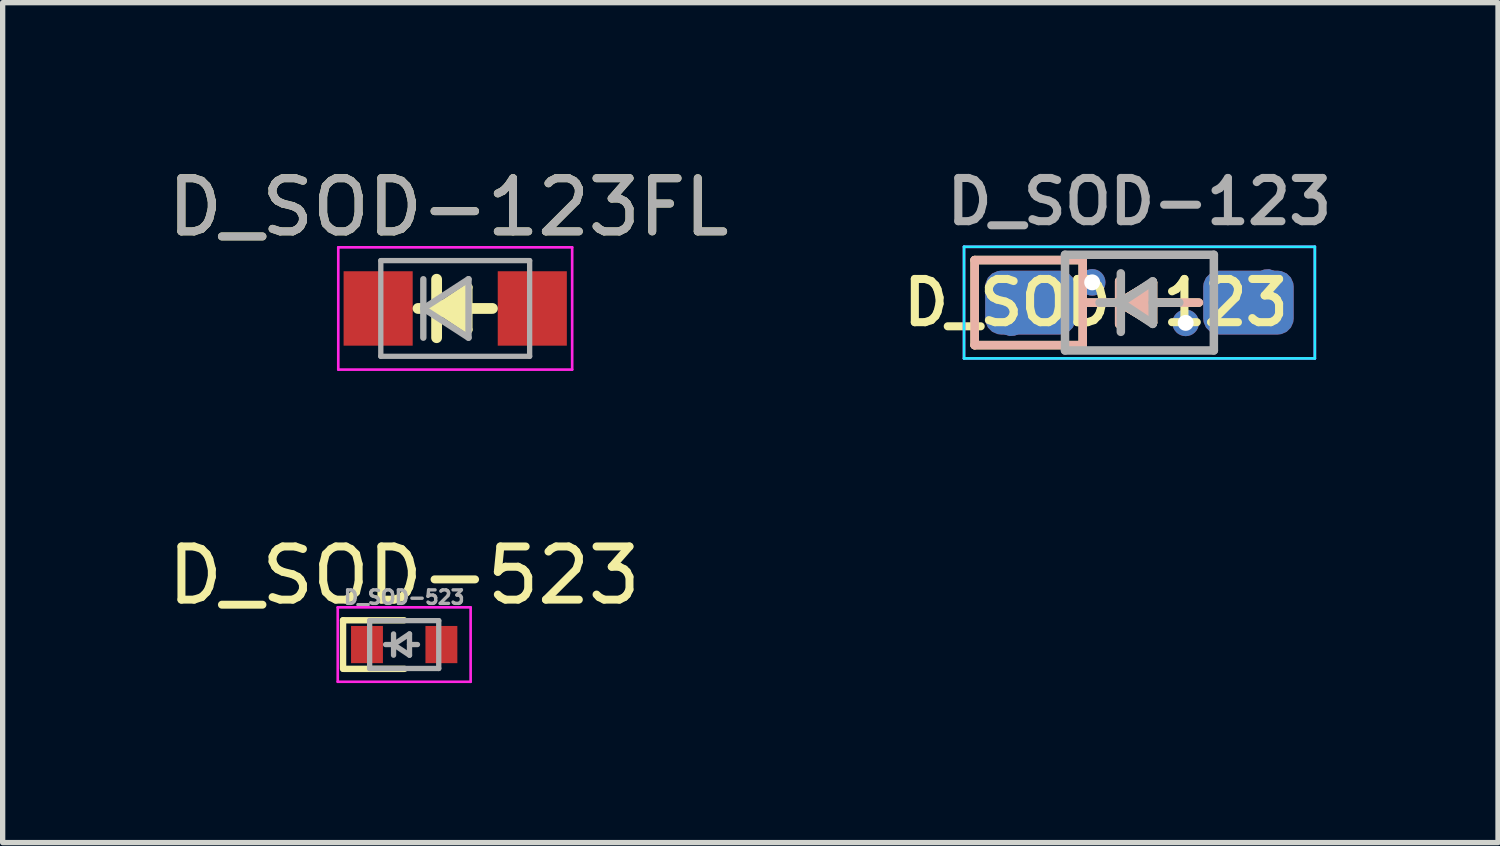
<source format=kicad_pcb>
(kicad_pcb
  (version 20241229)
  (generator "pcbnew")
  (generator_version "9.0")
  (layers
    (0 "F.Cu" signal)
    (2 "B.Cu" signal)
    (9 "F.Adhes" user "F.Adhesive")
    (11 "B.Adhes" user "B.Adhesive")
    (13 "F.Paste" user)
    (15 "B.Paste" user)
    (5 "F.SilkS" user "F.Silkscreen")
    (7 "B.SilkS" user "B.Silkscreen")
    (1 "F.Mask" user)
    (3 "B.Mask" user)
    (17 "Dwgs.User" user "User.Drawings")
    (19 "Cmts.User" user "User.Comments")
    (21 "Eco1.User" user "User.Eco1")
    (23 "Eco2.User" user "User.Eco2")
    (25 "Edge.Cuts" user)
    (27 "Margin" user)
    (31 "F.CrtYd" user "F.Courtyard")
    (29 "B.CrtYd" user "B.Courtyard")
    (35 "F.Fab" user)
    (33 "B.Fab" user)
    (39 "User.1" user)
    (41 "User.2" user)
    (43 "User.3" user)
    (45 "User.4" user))
  (footprint "D_SOD-523"
    (layer "F.Cu")
    (at 4.554 9.076)
    (property "Reference" "D_SOD-523" (at 0 -1.3 0) (layer "F.SilkS") (effects (font (size 1 1) (thickness 0.15))))
    (attr smd)
    (fp_line (start -1.15 -0.457) (end -1.15 0.457) (stroke (width 0.12) (type solid)) (layer "F.SilkS"))
    (fp_line (start 0 -0.457) (end -1.15 -0.457) (stroke (width 0.12) (type solid)) (layer "F.SilkS"))
    (fp_line (start 0.007 0.457) (end -1.143 0.457) (stroke (width 0.12) (type solid)) (layer "F.SilkS"))
    (fp_line (start -1.25 -0.7) (end 1.25 -0.7) (stroke (width 0.05) (type solid)) (layer "F.CrtYd"))
    (fp_line (start -1.25 0.7) (end -1.25 -0.7) (stroke (width 0.05) (type solid)) (layer "F.CrtYd"))
    (fp_line (start 1.25 -0.7) (end 1.25 0.7) (stroke (width 0.05) (type solid)) (layer "F.CrtYd"))
    (fp_line (start 1.25 0.7) (end -1.25 0.7) (stroke (width 0.05) (type solid)) (layer "F.CrtYd"))
    (fp_line (start -0.65 -0.45) (end 0.65 -0.45) (stroke (width 0.1) (type solid)) (layer "F.Fab"))
    (fp_line (start -0.65 0.45) (end -0.65 -0.45) (stroke (width 0.1) (type solid)) (layer "F.Fab"))
    (fp_line (start -0.2 0) (end -0.35 0) (stroke (width 0.1) (type solid)) (layer "F.Fab"))
    (fp_line (start -0.2 0) (end 0.1 0.2) (stroke (width 0.1) (type solid)) (layer "F.Fab"))
    (fp_line (start -0.2 0.2) (end -0.2 -0.2) (stroke (width 0.1) (type solid)) (layer "F.Fab"))
    (fp_line (start 0.1 -0.2) (end -0.2 0) (stroke (width 0.1) (type solid)) (layer "F.Fab"))
    (fp_line (start 0.1 0) (end 0.25 0) (stroke (width 0.1) (type solid)) (layer "F.Fab"))
    (fp_line (start 0.1 0.2) (end 0.1 -0.2) (stroke (width 0.1) (type solid)) (layer "F.Fab"))
    (fp_line (start 0.65 -0.45) (end 0.65 0.45) (stroke (width 0.1) (type solid)) (layer "F.Fab"))
    (fp_line (start 0.65 0.45) (end -0.65 0.45) (stroke (width 0.1) (type solid)) (layer "F.Fab"))
    (fp_text user "${REFERENCE}" (at 0 -0.889 0) (layer "F.Fab") (effects (font (size 0.254 0.254) (thickness 0.064))))
    (pad "+" smd rect (at 0.7 0) (size 0.6 0.7) (layers "F.Cu" "F.Mask" "F.Paste"))
    (pad "-" smd rect (at -0.7 0) (size 0.6 0.7) (layers "F.Cu" "F.Mask" "F.Paste")))
  (footprint "D_SOD-123FL"
    (layer "F.Cu")
    (at 5.514 2.753)
    (property "Reference" "D_SOD-123FL" (at -0.127 -1.905 180) (layer "F.SilkS") (effects (font (size 1 1) (thickness 0.15))))
    (attr smd)
    (fp_line (start -0.7 0) (end -0.35 0) (stroke (width 0.203) (type solid)) (layer "F.SilkS"))
    (fp_line (start -0.35 0) (end -0.35 -0.55) (stroke (width 0.203) (type solid)) (layer "F.SilkS"))
    (fp_line (start -0.35 0) (end -0.35 0.55) (stroke (width 0.203) (type solid)) (layer "F.SilkS"))
    (fp_line (start -0.35 0) (end 0.25 -0.4) (stroke (width 0.152) (type solid)) (layer "F.SilkS"))
    (fp_line (start -0.15 0) (end 0.7 0) (stroke (width 0.203) (type solid)) (layer "F.SilkS"))
    (fp_line (start -0.05 0.1) (end -0.05 -0.1) (stroke (width 0.254) (type solid)) (layer "F.SilkS"))
    (fp_line (start 0.15 0.25) (end 0.15 -0.25) (stroke (width 0.254) (type solid)) (layer "F.SilkS"))
    (fp_line (start 0.25 -0.4) (end 0.25 0.4) (stroke (width 0.152) (type solid)) (layer "F.SilkS"))
    (fp_line (start 0.25 0.4) (end -0.35 0) (stroke (width 0.152) (type solid)) (layer "F.SilkS"))
    (fp_line (start -2.2 -1.15) (end -2.2 1.15) (stroke (width 0.05) (type solid)) (layer "F.CrtYd"))
    (fp_line (start -2.2 -1.15) (end 2.2 -1.15) (stroke (width 0.05) (type solid)) (layer "F.CrtYd"))
    (fp_line (start 2.2 -1.15) (end 2.2 1.15) (stroke (width 0.05) (type solid)) (layer "F.CrtYd"))
    (fp_line (start 2.2 1.15) (end -2.2 1.15) (stroke (width 0.05) (type solid)) (layer "F.CrtYd"))
    (fp_line (start -1.4 -0.9) (end 1.4 -0.9) (stroke (width 0.1) (type solid)) (layer "F.Fab"))
    (fp_line (start -1.4 0.9) (end -1.4 -0.9) (stroke (width 0.1) (type solid)) (layer "F.Fab"))
    (fp_line (start -0.6 -0.55) (end -0.6 0.55) (stroke (width 0.12) (type solid)) (layer "F.Fab"))
    (fp_line (start -0.6 0) (end 0.25 0.55) (stroke (width 0.12) (type solid)) (layer "F.Fab"))
    (fp_line (start 0.25 -0.55) (end -0.6 0) (stroke (width 0.12) (type solid)) (layer "F.Fab"))
    (fp_line (start 0.25 0.55) (end 0.25 -0.55) (stroke (width 0.12) (type solid)) (layer "F.Fab"))
    (fp_line (start 1.4 -0.9) (end 1.4 0.9) (stroke (width 0.1) (type solid)) (layer "F.Fab"))
    (fp_line (start 1.4 0.9) (end -1.4 0.9) (stroke (width 0.1) (type solid)) (layer "F.Fab"))
    (fp_text user "${REFERENCE}" (at -0.127 -1.905 180) (layer "F.Fab") (effects (font (size 1 1) (thickness 0.15))))
    (pad "1" smd rect (at -1.45 0) (size 1.3 1.4) (layers "F.Cu" "F.Mask" "F.Paste"))
    (pad "2" smd rect (at 1.45 0) (size 1.3 1.4) (layers "F.Cu" "F.Mask" "F.Paste")))
  (footprint "D_SOD-123"
    (layer "F.Cu")
    (at 18.386 2.643)
    (property "Reference" "D_SOD-123" (at 2.882 0 0) (layer "F.SilkS") (effects (font (size 0.813 0.813) (thickness 0.152)) (justify right)))
    (attr smd)
    (fp_line (start -3.1 -0.8) (end -1.067 -0.8) (stroke (width 0.16) (type solid)) (layer "F.SilkS"))
    (fp_line (start -3.1 0.8) (end -3.1 -0.8) (stroke (width 0.16) (type solid)) (layer "F.SilkS"))
    (fp_line (start -1.067 -0.8) (end -1.067 0.8) (stroke (width 0.16) (type solid)) (layer "F.SilkS"))
    (fp_line (start -1.067 0.8) (end -3.1 0.8) (stroke (width 0.16) (type solid)) (layer "F.SilkS"))
    (fp_line (start -1.041 0) (end -0.381 0) (stroke (width 0.16) (type solid)) (layer "F.SilkS"))
    (fp_line (start -0.381 -0.406) (end -0.381 0.406) (stroke (width 0.16) (type solid)) (layer "F.SilkS"))
    (fp_line (start -0.381 0) (end 0.254 -0.381) (stroke (width 0.16) (type solid)) (layer "F.SilkS"))
    (fp_line (start 0.254 -0.381) (end 0.254 0.381) (stroke (width 0.16) (type solid)) (layer "F.SilkS"))
    (fp_line (start 0.254 0) (end 1.118 0) (stroke (width 0.16) (type solid)) (layer "F.SilkS"))
    (fp_line (start 0.254 0.381) (end -0.381 0) (stroke (width 0.16) (type solid)) (layer "F.SilkS"))
    (fp_poly (pts (xy 0.254 0.381) (xy -0.381 0) (xy 0.254 -0.381)) (stroke (width 0.16) (type solid)) (fill yes) (layer "F.SilkS"))
    (fp_line (start -3.1 -0.8) (end -3.1 0.8) (stroke (width 0.16) (type solid)) (layer "B.SilkS"))
    (fp_line (start -3.1 0.8) (end -1.067 0.8) (stroke (width 0.16) (type solid)) (layer "B.SilkS"))
    (fp_line (start -1.067 -0.8) (end -3.1 -0.8) (stroke (width 0.16) (type solid)) (layer "B.SilkS"))
    (fp_line (start -1.067 0.8) (end -1.067 -0.8) (stroke (width 0.16) (type solid)) (layer "B.SilkS"))
    (fp_line (start -1.041 0) (end -0.381 0) (stroke (width 0.16) (type solid)) (layer "B.SilkS"))
    (fp_line (start -0.381 0) (end 0.254 0.381) (stroke (width 0.16) (type solid)) (layer "B.SilkS"))
    (fp_line (start -0.381 0.406) (end -0.381 -0.406) (stroke (width 0.16) (type solid)) (layer "B.SilkS"))
    (fp_line (start 0.254 -0.381) (end -0.381 0) (stroke (width 0.16) (type solid)) (layer "B.SilkS"))
    (fp_line (start 0.254 0) (end 1.118 0) (stroke (width 0.16) (type solid)) (layer "B.SilkS"))
    (fp_line (start 0.254 0.381) (end 0.254 -0.381) (stroke (width 0.16) (type solid)) (layer "B.SilkS"))
    (fp_poly (pts (xy 0.254 -0.381) (xy -0.381 0) (xy 0.254 0.381)) (stroke (width 0.16) (type solid)) (fill yes) (layer "B.SilkS"))
    (fp_line (start -3.3 -1.05) (end -3.3 1.05) (stroke (width 0.05) (type solid)) (layer "B.CrtYd"))
    (fp_line (start -3.3 -1.05) (end 3.3 -1.05) (stroke (width 0.05) (type solid)) (layer "B.CrtYd"))
    (fp_line (start 3.3 -1.05) (end 3.3 1.05) (stroke (width 0.05) (type solid)) (layer "B.CrtYd"))
    (fp_line (start 3.3 1.05) (end -3.3 1.05) (stroke (width 0.05) (type solid)) (layer "B.CrtYd"))
    (fp_line (start -3.3 -1.05) (end -3.3 1.05) (stroke (width 0.05) (type solid)) (layer "F.CrtYd"))
    (fp_line (start -3.3 -1.05) (end 3.3 -1.05) (stroke (width 0.05) (type solid)) (layer "F.CrtYd"))
    (fp_line (start 3.3 -1.05) (end 3.3 1.05) (stroke (width 0.05) (type solid)) (layer "F.CrtYd"))
    (fp_line (start 3.3 1.05) (end -3.3 1.05) (stroke (width 0.05) (type solid)) (layer "F.CrtYd"))
    (fp_line (start -1.4 -0.9) (end 1.4 -0.9) (stroke (width 0.16) (type solid)) (layer "F.Fab"))
    (fp_line (start -1.4 0.9) (end -1.4 -0.9) (stroke (width 0.16) (type solid)) (layer "F.Fab"))
    (fp_line (start -0.75 0) (end -0.35 0) (stroke (width 0.16) (type solid)) (layer "F.Fab"))
    (fp_line (start -0.35 0) (end -0.35 -0.55) (stroke (width 0.16) (type solid)) (layer "F.Fab"))
    (fp_line (start -0.35 0) (end -0.35 0.55) (stroke (width 0.16) (type solid)) (layer "F.Fab"))
    (fp_line (start -0.35 0) (end 0.25 -0.4) (stroke (width 0.16) (type solid)) (layer "F.Fab"))
    (fp_line (start 0.25 -0.4) (end 0.25 0.4) (stroke (width 0.16) (type solid)) (layer "F.Fab"))
    (fp_line (start 0.25 0) (end 0.75 0) (stroke (width 0.16) (type solid)) (layer "F.Fab"))
    (fp_line (start 0.25 0.4) (end -0.35 0) (stroke (width 0.16) (type solid)) (layer "F.Fab"))
    (fp_line (start 1.4 -0.9) (end 1.4 0.9) (stroke (width 0.16) (type solid)) (layer "F.Fab"))
    (fp_line (start 1.4 0.9) (end -1.4 0.9) (stroke (width 0.16) (type solid)) (layer "F.Fab"))
    (fp_text user "${REFERENCE}" (at 0 -1.9 0) (layer "F.Fab") (effects (font (size 0.813 0.813) (thickness 0.152))))
    (pad "1" smd roundrect (at -2.051 0 180) (size 1.701 1.2) (layers "F.Cu" "F.Mask" "F.Paste") (roundrect_rratio 0.25))
    (pad "1" smd roundrect (at -2.051 0 180) (size 1.701 1.2) (layers "B.Cu" "B.Mask" "B.Paste") (roundrect_rratio 0.25))
    (pad "1" smd custom (at -1.651 0 180) (size 0.01 0.01) (layers "F.Cu") (options (anchor circle)) (primitives (gr_line (start 0.762 -0.381) (end 0 0) (width 0.5))))
    (pad "1" smd custom (at -1.651 0 180) (size 0.01 0.01) (layers "B.Cu") (options (anchor circle)) (primitives (gr_line (start 0.762 -0.381) (end 0 0) (width 0.5))))
    (pad "1" thru_hole circle (at -0.889 -0.381 180) (size 0.5 0.5) (drill 0.3) (layers "*.Cu"))
    (pad "2" thru_hole circle (at 0.87 0.381 180) (size 0.5 0.5) (drill 0.3) (layers "*.Cu"))
    (pad "2" smd custom (at 1.651 0 180) (size 0.01 0.01) (layers "F.Cu") (options (anchor circle)) (primitives (gr_line (start -0.761 0.381) (end 0.001 0) (width 0.5))))
    (pad "2" smd custom (at 1.651 0 180) (size 0.01 0.01) (layers "B.Cu") (options (anchor circle)) (primitives (gr_line (start -0.761 0.381) (end 0.001 0) (width 0.5))))
    (pad "2" smd roundrect (at 2.051 0 180) (size 1.701 1.2) (layers "F.Cu" "F.Mask" "F.Paste") (roundrect_rratio 0.25))
    (pad "2" smd roundrect (at 2.051 0 180) (size 1.701 1.2) (layers "B.Cu" "B.Mask" "B.Paste") (roundrect_rratio 0.25)))
  (gr_rect
    (start -3 -3)
    (end 25.132 12.802)
    (stroke (width 0.1) (type default))
    (fill no)
    (layer "Edge.Cuts")))
</source>
